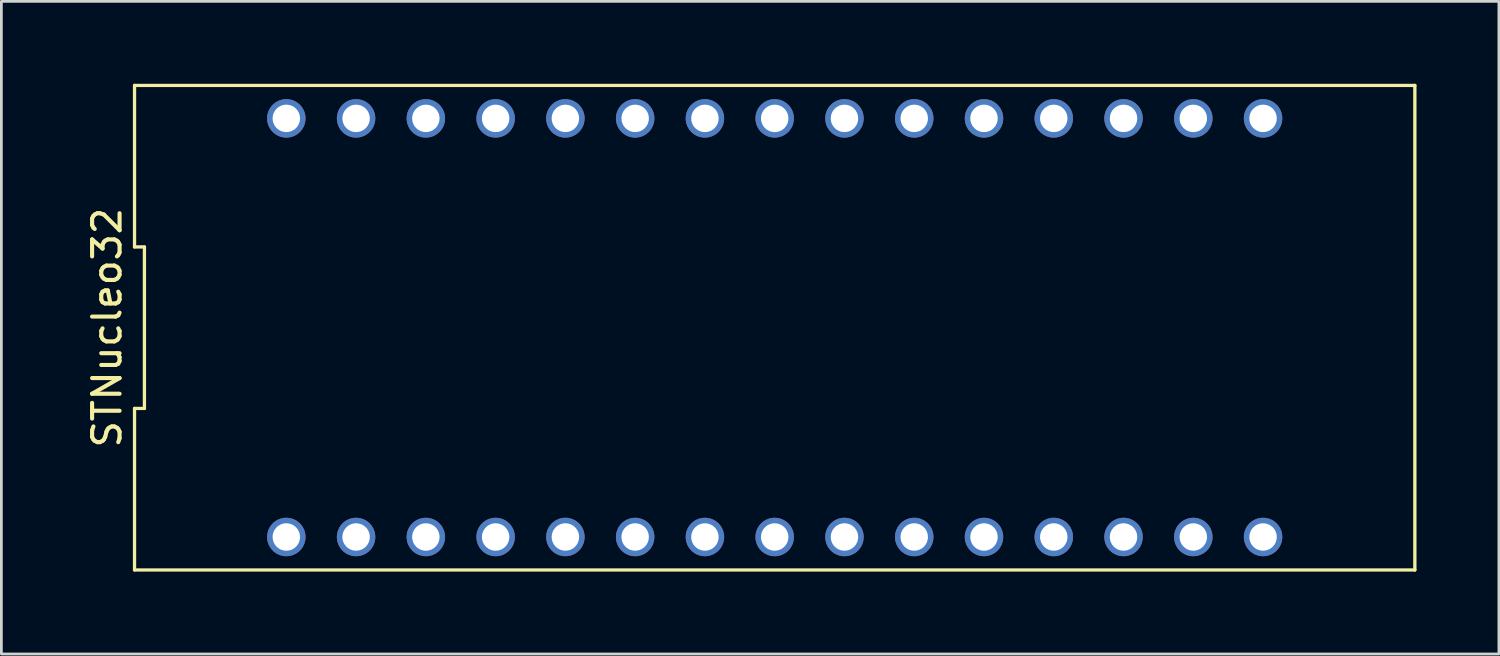
<source format=kicad_pcb>
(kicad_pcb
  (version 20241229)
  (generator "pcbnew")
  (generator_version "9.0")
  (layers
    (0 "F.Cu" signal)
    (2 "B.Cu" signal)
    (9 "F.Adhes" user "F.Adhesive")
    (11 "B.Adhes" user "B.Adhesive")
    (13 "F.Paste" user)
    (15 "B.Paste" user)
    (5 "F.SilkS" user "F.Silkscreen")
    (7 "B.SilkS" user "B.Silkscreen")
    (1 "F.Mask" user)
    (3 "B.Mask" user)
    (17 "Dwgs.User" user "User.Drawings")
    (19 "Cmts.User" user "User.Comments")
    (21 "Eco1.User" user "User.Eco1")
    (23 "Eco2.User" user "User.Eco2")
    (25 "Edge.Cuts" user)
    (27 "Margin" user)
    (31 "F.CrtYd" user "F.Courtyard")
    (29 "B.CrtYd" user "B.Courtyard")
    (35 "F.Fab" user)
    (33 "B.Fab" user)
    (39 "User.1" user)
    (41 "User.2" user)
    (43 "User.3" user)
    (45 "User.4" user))
  (footprint "STNucleo32"
    (layer "F.Cu")
    (at 25.154 8.88)
    (property "Reference" "STNucleo32" (at -24.306 0 90) (layer "F.SilkS") (effects (font (size 1 1) (thickness 0.15))))
    (attr through_hole)
    (fp_line (start -23.306 -8.82) (end -23.306 -2.94) (stroke (width 0.12) (type solid)) (layer "F.SilkS"))
    (fp_line (start -23.306 -2.94) (end -22.946 -2.94) (stroke (width 0.12) (type solid)) (layer "F.SilkS"))
    (fp_line (start -23.306 2.94) (end -23.306 8.82) (stroke (width 0.12) (type solid)) (layer "F.SilkS"))
    (fp_line (start -23.306 8.82) (end 23.306 8.82) (stroke (width 0.12) (type solid)) (layer "F.SilkS"))
    (fp_line (start -22.946 -2.94) (end -22.946 2.94) (stroke (width 0.12) (type solid)) (layer "F.SilkS"))
    (fp_line (start -22.946 2.94) (end -23.306 2.94) (stroke (width 0.12) (type solid)) (layer "F.SilkS"))
    (fp_line (start 23.306 -8.82) (end -23.306 -8.82) (stroke (width 0.12) (type solid)) (layer "F.SilkS"))
    (fp_line (start 23.306 8.82) (end 23.306 -8.82) (stroke (width 0.12) (type solid)) (layer "F.SilkS"))
    (pad "1" thru_hole circle (at -17.78 7.62) (size 1.4 1.4) (drill 1) (layers "*.Cu" "*.Mask"))
    (pad "2" thru_hole circle (at -15.24 7.62) (size 1.4 1.4) (drill 1) (layers "*.Cu" "*.Mask"))
    (pad "3" thru_hole circle (at -12.7 7.62) (size 1.4 1.4) (drill 1) (layers "*.Cu" "*.Mask"))
    (pad "4" thru_hole circle (at -10.16 7.62) (size 1.4 1.4) (drill 1) (layers "*.Cu" "*.Mask"))
    (pad "5" thru_hole circle (at -7.62 7.62) (size 1.4 1.4) (drill 1) (layers "*.Cu" "*.Mask"))
    (pad "6" thru_hole circle (at -5.08 7.62) (size 1.4 1.4) (drill 1) (layers "*.Cu" "*.Mask"))
    (pad "7" thru_hole circle (at -2.54 7.62) (size 1.4 1.4) (drill 1) (layers "*.Cu" "*.Mask"))
    (pad "8" thru_hole circle (at 0 7.62) (size 1.4 1.4) (drill 1) (layers "*.Cu" "*.Mask"))
    (pad "9" thru_hole circle (at 2.54 7.62) (size 1.4 1.4) (drill 1) (layers "*.Cu" "*.Mask"))
    (pad "10" thru_hole circle (at 5.08 7.62) (size 1.4 1.4) (drill 1) (layers "*.Cu" "*.Mask"))
    (pad "11" thru_hole circle (at 7.62 7.62) (size 1.4 1.4) (drill 1) (layers "*.Cu" "*.Mask"))
    (pad "12" thru_hole circle (at 10.16 7.62) (size 1.4 1.4) (drill 1) (layers "*.Cu" "*.Mask"))
    (pad "13" thru_hole circle (at 12.7 7.62) (size 1.4 1.4) (drill 1) (layers "*.Cu" "*.Mask"))
    (pad "14" thru_hole circle (at 15.24 7.62) (size 1.4 1.4) (drill 1) (layers "*.Cu" "*.Mask"))
    (pad "15" thru_hole circle (at 17.78 7.62) (size 1.4 1.4) (drill 1) (layers "*.Cu" "*.Mask"))
    (pad "16" thru_hole circle (at 17.78 -7.62) (size 1.4 1.4) (drill 1) (layers "*.Cu" "*.Mask"))
    (pad "17" thru_hole circle (at 15.24 -7.62) (size 1.4 1.4) (drill 1) (layers "*.Cu" "*.Mask"))
    (pad "18" thru_hole circle (at 12.7 -7.62) (size 1.4 1.4) (drill 1) (layers "*.Cu" "*.Mask"))
    (pad "19" thru_hole circle (at 10.16 -7.62) (size 1.4 1.4) (drill 1) (layers "*.Cu" "*.Mask"))
    (pad "20" thru_hole circle (at 7.62 -7.62) (size 1.4 1.4) (drill 1) (layers "*.Cu" "*.Mask"))
    (pad "21" thru_hole circle (at 5.08 -7.62) (size 1.4 1.4) (drill 1) (layers "*.Cu" "*.Mask"))
    (pad "22" thru_hole circle (at 2.54 -7.62) (size 1.4 1.4) (drill 1) (layers "*.Cu" "*.Mask"))
    (pad "23" thru_hole circle (at 0 -7.62) (size 1.4 1.4) (drill 1) (layers "*.Cu" "*.Mask"))
    (pad "24" thru_hole circle (at -2.54 -7.62) (size 1.4 1.4) (drill 1) (layers "*.Cu" "*.Mask"))
    (pad "25" thru_hole circle (at -5.08 -7.62) (size 1.4 1.4) (drill 1) (layers "*.Cu" "*.Mask"))
    (pad "26" thru_hole circle (at -7.62 -7.62) (size 1.4 1.4) (drill 1) (layers "*.Cu" "*.Mask"))
    (pad "27" thru_hole circle (at -10.16 -7.62) (size 1.4 1.4) (drill 1) (layers "*.Cu" "*.Mask"))
    (pad "28" thru_hole circle (at -12.7 -7.62) (size 1.4 1.4) (drill 1) (layers "*.Cu" "*.Mask"))
    (pad "29" thru_hole circle (at -15.24 -7.62) (size 1.4 1.4) (drill 1) (layers "*.Cu" "*.Mask"))
    (pad "30" thru_hole circle (at -17.78 -7.62) (size 1.4 1.4) (drill 1) (layers "*.Cu" "*.Mask")))
  (gr_rect
    (start -3 -3)
    (end 51.52 20.76)
    (stroke (width 0.1) (type default))
    (fill no)
    (layer "Edge.Cuts")))
</source>
